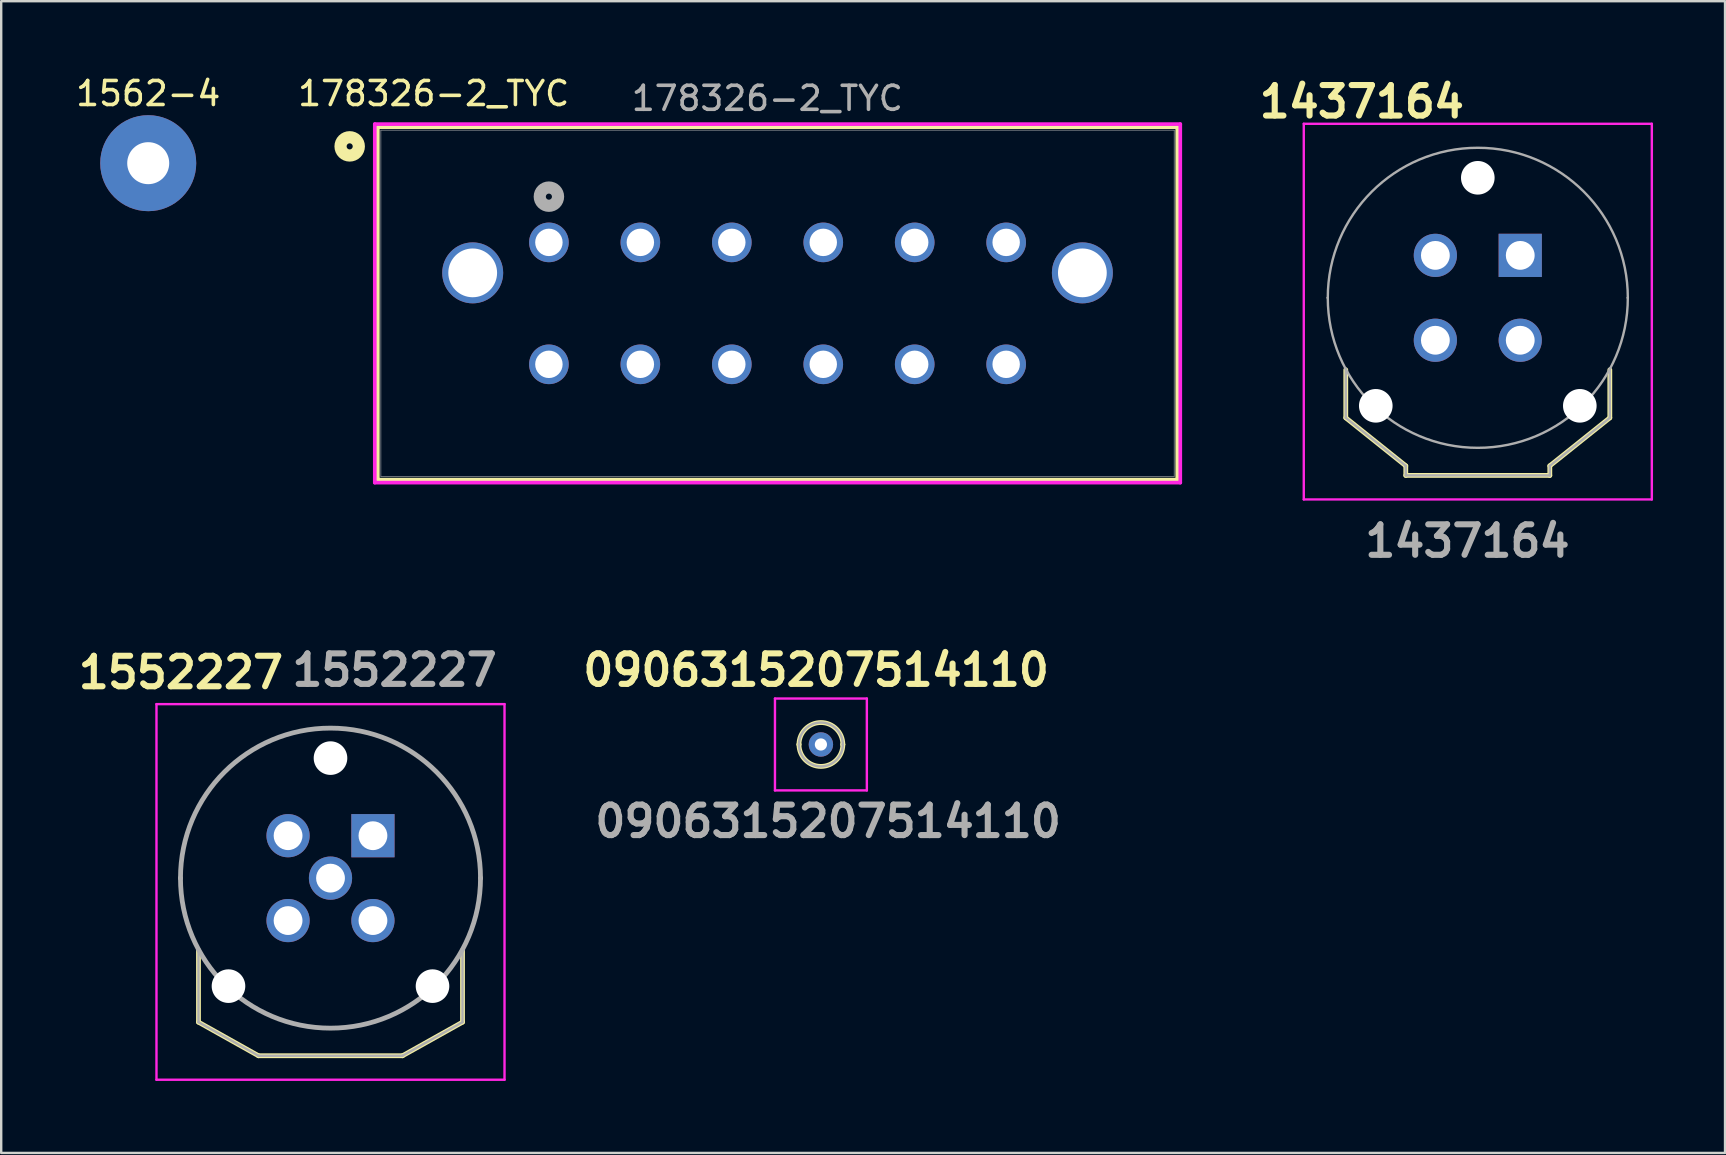
<source format=kicad_pcb>
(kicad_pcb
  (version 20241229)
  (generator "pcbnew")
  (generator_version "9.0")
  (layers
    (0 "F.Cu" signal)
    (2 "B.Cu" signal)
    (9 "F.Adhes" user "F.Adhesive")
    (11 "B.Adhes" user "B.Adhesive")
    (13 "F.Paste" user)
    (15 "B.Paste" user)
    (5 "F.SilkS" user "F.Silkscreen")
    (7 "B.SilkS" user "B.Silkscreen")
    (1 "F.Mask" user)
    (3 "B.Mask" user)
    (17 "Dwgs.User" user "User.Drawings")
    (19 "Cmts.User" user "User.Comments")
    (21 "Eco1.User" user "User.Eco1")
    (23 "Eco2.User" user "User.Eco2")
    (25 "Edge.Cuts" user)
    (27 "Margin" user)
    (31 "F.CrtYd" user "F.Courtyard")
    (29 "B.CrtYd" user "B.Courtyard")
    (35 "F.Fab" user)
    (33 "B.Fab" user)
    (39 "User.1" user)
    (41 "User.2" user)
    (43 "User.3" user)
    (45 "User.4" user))
  (footprint "0906315207514110"
    (layer "F.Cu")
    (at 31.15 27.966)
    (property "Reference" "0906315207514110" (at -0.2 -3.1 0) (layer "F.SilkS") (effects (font (size 1.27 1.27) (thickness 0.254))))
    (attr through_hole)
    (fp_line (start -0.914 0) (end -0.914 0) (stroke (width 0.2) (type solid)) (layer "F.SilkS"))
    (fp_line (start 0.914 0) (end 0.914 0) (stroke (width 0.2) (type solid)) (layer "F.SilkS"))
    (fp_arc (start -0.914 0) (mid 0 -0.914) (end 0.914 0) (stroke (width 0.2) (type solid)) (layer "F.SilkS"))
    (fp_arc (start 0.914 0) (mid 0 0.914) (end -0.914 0) (stroke (width 0.2) (type solid)) (layer "F.SilkS"))
    (fp_line (start -1.914 -1.914) (end 1.914 -1.914) (stroke (width 0.1) (type solid)) (layer "F.CrtYd"))
    (fp_line (start -1.914 1.914) (end -1.914 -1.914) (stroke (width 0.1) (type solid)) (layer "F.CrtYd"))
    (fp_line (start 1.914 -1.914) (end 1.914 1.914) (stroke (width 0.1) (type solid)) (layer "F.CrtYd"))
    (fp_line (start 1.914 1.914) (end -1.914 1.914) (stroke (width 0.1) (type solid)) (layer "F.CrtYd"))
    (fp_line (start -0.914 0) (end -0.914 0) (stroke (width 0.1) (type solid)) (layer "F.Fab"))
    (fp_line (start 0.914 0) (end 0.914 0) (stroke (width 0.1) (type solid)) (layer "F.Fab"))
    (fp_arc (start -0.914 0) (mid 0 -0.914) (end 0.914 0) (stroke (width 0.1) (type solid)) (layer "F.Fab"))
    (fp_arc (start 0.914 0) (mid 0 0.914) (end -0.914 0) (stroke (width 0.1) (type solid)) (layer "F.Fab"))
    (fp_text user "${REFERENCE}" (at 0.3 3.2 0) (layer "F.Fab") (effects (font (size 1.27 1.27) (thickness 0.254))))
    (pad "1" thru_hole circle (at 0 0) (size 1.016 1.016) (drill 0.508) (layers "*.Cu" "*.Mask")))
  (footprint "1562-4"
    (layer "F.Cu")
    (at 3.125 3.748)
    (property "Reference" "1562-4" (at 0 -2.9 0) (unlocked yes) (layer "F.SilkS") (effects (font (size 1 1) (thickness 0.15))))
    (attr through_hole)
    (pad "1" thru_hole circle (at 0 0) (size 4 4) (drill 1.75) (layers "*.Cu" "*.Mask")))
  (footprint "178326-2_TYC"
    (layer "F.Cu")
    (at 19.818 7.048)
    (property "Reference" "178326-2_TYC" (at -4.8 -6.2 0) (unlocked yes) (layer "F.SilkS") (effects (font (size 1 1) (thickness 0.15))))
    (attr through_hole)
    (fp_line (start -7.127 -4.801) (end -7.127 9.883) (stroke (width 0.152) (type solid)) (layer "F.SilkS"))
    (fp_line (start -7.127 9.883) (end 26.177 9.883) (stroke (width 0.152) (type solid)) (layer "F.SilkS"))
    (fp_line (start 26.177 -4.801) (end -7.127 -4.801) (stroke (width 0.152) (type solid)) (layer "F.SilkS"))
    (fp_line (start 26.177 9.883) (end 26.177 -4.801) (stroke (width 0.152) (type solid)) (layer "F.SilkS"))
    (fp_circle (center -8.3 -4) (end -7.919 -4) (stroke (width 0.508) (type solid)) (fill no) (layer "F.SilkS"))
    (fp_line (start -7.254 -4.928) (end -7.254 10.01) (stroke (width 0.152) (type solid)) (layer "F.CrtYd"))
    (fp_line (start -7.254 10.01) (end 26.304 10.01) (stroke (width 0.152) (type solid)) (layer "F.CrtYd"))
    (fp_line (start 26.304 -4.928) (end -7.254 -4.928) (stroke (width 0.152) (type solid)) (layer "F.CrtYd"))
    (fp_line (start 26.304 10.01) (end 26.304 -4.928) (stroke (width 0.152) (type solid)) (layer "F.CrtYd"))
    (fp_line (start -7 -4.674) (end -7 9.756) (stroke (width 0.025) (type solid)) (layer "F.Fab"))
    (fp_line (start -7 9.756) (end 26.05 9.756) (stroke (width 0.025) (type solid)) (layer "F.Fab"))
    (fp_line (start 26.05 -4.674) (end -7 -4.674) (stroke (width 0.025) (type solid)) (layer "F.Fab"))
    (fp_line (start 26.05 9.756) (end 26.05 -4.674) (stroke (width 0.025) (type solid)) (layer "F.Fab"))
    (fp_circle (center 0 -1.905) (end 0.381 -1.905) (stroke (width 0.508) (type solid)) (fill no) (layer "F.Fab"))
    (fp_text user "${REFERENCE}" (at 9.1 -6 0) (unlocked yes) (layer "F.Fab") (effects (font (size 1 1) (thickness 0.15))))
    (pad "1" thru_hole circle (at 0 0) (size 1.651 1.651) (drill 1.143) (layers "*.Cu" "*.Mask"))
    (pad "2" thru_hole circle (at 3.81 0) (size 1.651 1.651) (drill 1.143) (layers "*.Cu" "*.Mask"))
    (pad "3" thru_hole circle (at 7.62 0) (size 1.651 1.651) (drill 1.143) (layers "*.Cu" "*.Mask"))
    (pad "4" thru_hole circle (at 11.43 0) (size 1.651 1.651) (drill 1.143) (layers "*.Cu" "*.Mask"))
    (pad "5" thru_hole circle (at 15.24 0) (size 1.651 1.651) (drill 1.143) (layers "*.Cu" "*.Mask"))
    (pad "6" thru_hole circle (at 19.05 0) (size 1.651 1.651) (drill 1.143) (layers "*.Cu" "*.Mask"))
    (pad "7" thru_hole circle (at 19.05 5.08) (size 1.651 1.651) (drill 1.143) (layers "*.Cu" "*.Mask"))
    (pad "8" thru_hole circle (at 15.24 5.08) (size 1.651 1.651) (drill 1.143) (layers "*.Cu" "*.Mask"))
    (pad "9" thru_hole circle (at 11.43 5.08) (size 1.651 1.651) (drill 1.143) (layers "*.Cu" "*.Mask"))
    (pad "10" thru_hole circle (at 7.62 5.08) (size 1.651 1.651) (drill 1.143) (layers "*.Cu" "*.Mask"))
    (pad "11" thru_hole circle (at 3.81 5.08) (size 1.651 1.651) (drill 1.143) (layers "*.Cu" "*.Mask"))
    (pad "12" thru_hole circle (at 0 5.08) (size 1.651 1.651) (drill 1.143) (layers "*.Cu" "*.Mask"))
    (pad "MP" thru_hole circle (at -3.175 1.27) (size 2.54 2.54) (drill 2.032) (layers "*.Cu" "*.Mask"))
    (pad "MP" thru_hole circle (at 22.225 1.27) (size 2.54 2.54) (drill 2.032) (layers "*.Cu" "*.Mask")))
  (footprint "1552227"
    (layer "F.Cu")
    (at 12.487 31.766)
    (property "Reference" "1552227" (at -8 -6.8 0) (layer "F.SilkS") (effects (font (size 1.27 1.27) (thickness 0.254))))
    (attr through_hole)
    (fp_line (start -7.268 4.768) (end -7.268 7.768) (stroke (width 0.2) (type solid)) (layer "F.SilkS"))
    (fp_line (start -7.268 7.768) (end -4.768 9.168) (stroke (width 0.2) (type solid)) (layer "F.SilkS"))
    (fp_line (start -4.768 9.168) (end 1.232 9.168) (stroke (width 0.2) (type solid)) (layer "F.SilkS"))
    (fp_line (start 1.232 9.168) (end 3.732 7.768) (stroke (width 0.2) (type solid)) (layer "F.SilkS"))
    (fp_line (start 3.732 7.768) (end 3.732 4.768) (stroke (width 0.2) (type solid)) (layer "F.SilkS"))
    (fp_line (start -9.018 -5.482) (end 5.482 -5.482) (stroke (width 0.1) (type solid)) (layer "F.CrtYd"))
    (fp_line (start -9.018 10.168) (end -9.018 -5.482) (stroke (width 0.1) (type solid)) (layer "F.CrtYd"))
    (fp_line (start 5.482 -5.482) (end 5.482 10.168) (stroke (width 0.1) (type solid)) (layer "F.CrtYd"))
    (fp_line (start 5.482 10.168) (end -9.018 10.168) (stroke (width 0.1) (type solid)) (layer "F.CrtYd"))
    (fp_line (start -8.018 1.768) (end -8.018 1.768) (stroke (width 0.2) (type solid)) (layer "F.Fab"))
    (fp_line (start -7.268 4.768) (end -7.268 7.768) (stroke (width 0.1) (type solid)) (layer "F.Fab"))
    (fp_line (start -7.268 7.768) (end -4.768 9.168) (stroke (width 0.1) (type solid)) (layer "F.Fab"))
    (fp_line (start -4.768 9.168) (end 1.232 9.168) (stroke (width 0.1) (type solid)) (layer "F.Fab"))
    (fp_line (start 1.232 9.168) (end 3.732 7.768) (stroke (width 0.1) (type solid)) (layer "F.Fab"))
    (fp_line (start 3.732 7.768) (end 3.732 4.768) (stroke (width 0.1) (type solid)) (layer "F.Fab"))
    (fp_line (start 4.482 1.768) (end 4.482 1.768) (stroke (width 0.2) (type solid)) (layer "F.Fab"))
    (fp_arc (start -8.018 1.768) (mid -1.768 -4.482) (end 4.482 1.768) (stroke (width 0.2) (type solid)) (layer "F.Fab"))
    (fp_arc (start 4.482 1.768) (mid -1.768 8.018) (end -8.018 1.768) (stroke (width 0.2) (type solid)) (layer "F.Fab"))
    (fp_text user "${REFERENCE}" (at 0.9 -6.9 0) (layer "F.Fab") (effects (font (size 1.27 1.27) (thickness 0.254))))
    (pad "" np_thru_hole circle (at -6.018 6.268) (size 1.4 1.4) (drill 1.4) (layers "*.Cu" "*.Mask"))
    (pad "" np_thru_hole circle (at -1.768 -3.232) (size 1.4 1.4) (drill 1.4) (layers "*.Cu" "*.Mask"))
    (pad "" np_thru_hole circle (at 2.482 6.268) (size 1.4 1.4) (drill 1.4) (layers "*.Cu" "*.Mask"))
    (pad "1" thru_hole rect (at 0 0) (size 1.8 1.8) (drill 1.2) (layers "*.Cu" "*.Mask"))
    (pad "2" thru_hole circle (at -3.536 0) (size 1.8 1.8) (drill 1.2) (layers "*.Cu" "*.Mask"))
    (pad "3" thru_hole circle (at -3.536 3.536) (size 1.8 1.8) (drill 1.2) (layers "*.Cu" "*.Mask"))
    (pad "4" thru_hole circle (at 0 3.536) (size 1.8 1.8) (drill 1.2) (layers "*.Cu" "*.Mask"))
    (pad "5" thru_hole circle (at -1.768 1.768) (size 1.8 1.8) (drill 1.2) (layers "*.Cu" "*.Mask")))
  (footprint "1437164"
    (layer "F.Cu")
    (at 60.285 7.589)
    (property "Reference" "1437164" (at -6.6 -6.4 0) (layer "F.SilkS") (effects (font (size 1.27 1.27) (thickness 0.254))))
    (attr through_hole)
    (fp_line (start -7.268 4.768) (end -7.268 6.768) (stroke (width 0.2) (type solid)) (layer "F.SilkS"))
    (fp_line (start -7.268 6.768) (end -4.768 8.768) (stroke (width 0.2) (type solid)) (layer "F.SilkS"))
    (fp_line (start -4.768 8.768) (end -4.768 9.168) (stroke (width 0.2) (type solid)) (layer "F.SilkS"))
    (fp_line (start -4.768 9.168) (end 1.232 9.168) (stroke (width 0.2) (type solid)) (layer "F.SilkS"))
    (fp_line (start 1.232 8.768) (end 3.732 6.768) (stroke (width 0.2) (type solid)) (layer "F.SilkS"))
    (fp_line (start 1.232 9.168) (end 1.232 8.768) (stroke (width 0.2) (type solid)) (layer "F.SilkS"))
    (fp_line (start 3.732 6.768) (end 3.732 4.768) (stroke (width 0.2) (type solid)) (layer "F.SilkS"))
    (fp_line (start -9.018 -5.482) (end 5.482 -5.482) (stroke (width 0.1) (type solid)) (layer "F.CrtYd"))
    (fp_line (start -9.018 10.168) (end -9.018 -5.482) (stroke (width 0.1) (type solid)) (layer "F.CrtYd"))
    (fp_line (start 5.482 -5.482) (end 5.482 10.168) (stroke (width 0.1) (type solid)) (layer "F.CrtYd"))
    (fp_line (start 5.482 10.168) (end -9.018 10.168) (stroke (width 0.1) (type solid)) (layer "F.CrtYd"))
    (fp_line (start -8.018 1.768) (end -8.018 1.768) (stroke (width 0.1) (type solid)) (layer "F.Fab"))
    (fp_line (start -7.268 4.718) (end -7.268 6.768) (stroke (width 0.1) (type solid)) (layer "F.Fab"))
    (fp_line (start -7.268 6.768) (end -4.768 8.768) (stroke (width 0.1) (type solid)) (layer "F.Fab"))
    (fp_line (start -4.768 8.768) (end -4.768 9.168) (stroke (width 0.1) (type solid)) (layer "F.Fab"))
    (fp_line (start -4.768 9.168) (end 1.232 9.168) (stroke (width 0.1) (type solid)) (layer "F.Fab"))
    (fp_line (start 1.232 8.768) (end 3.732 6.768) (stroke (width 0.1) (type solid)) (layer "F.Fab"))
    (fp_line (start 1.232 9.168) (end 1.232 8.768) (stroke (width 0.1) (type solid)) (layer "F.Fab"))
    (fp_line (start 3.732 4.718) (end 3.732 4.718) (stroke (width 0.1) (type solid)) (layer "F.Fab"))
    (fp_line (start 3.732 6.768) (end 3.732 4.718) (stroke (width 0.1) (type solid)) (layer "F.Fab"))
    (fp_line (start 4.482 1.768) (end 4.482 1.768) (stroke (width 0.1) (type solid)) (layer "F.Fab"))
    (fp_arc (start -8.018 1.768) (mid -1.768 -4.482) (end 4.482 1.768) (stroke (width 0.1) (type solid)) (layer "F.Fab"))
    (fp_arc (start 4.482 1.768) (mid -1.768 8.018) (end -8.018 1.768) (stroke (width 0.1) (type solid)) (layer "F.Fab"))
    (fp_text user "${REFERENCE}" (at -2.2 11.9 0) (layer "F.Fab") (effects (font (size 1.27 1.27) (thickness 0.254))))
    (pad "" np_thru_hole circle (at -6.018 6.268) (size 1.4 1.4) (drill 1.4) (layers "*.Cu" "*.Mask"))
    (pad "" np_thru_hole circle (at -1.768 -3.232) (size 1.4 1.4) (drill 1.4) (layers "*.Cu" "*.Mask"))
    (pad "" np_thru_hole circle (at 2.482 6.268) (size 1.4 1.4) (drill 1.4) (layers "*.Cu" "*.Mask"))
    (pad "1" thru_hole rect (at 0 0) (size 1.8 1.8) (drill 1.2) (layers "*.Cu" "*.Mask"))
    (pad "2" thru_hole circle (at -3.536 0) (size 1.8 1.8) (drill 1.2) (layers "*.Cu" "*.Mask"))
    (pad "3" thru_hole circle (at -3.536 3.536) (size 1.8 1.8) (drill 1.2) (layers "*.Cu" "*.Mask"))
    (pad "4" thru_hole circle (at 0 3.536) (size 1.8 1.8) (drill 1.2) (layers "*.Cu" "*.Mask")))
  (gr_rect
    (start -3 -3)
    (end 68.817 44.984)
    (stroke (width 0.1) (type default))
    (fill no)
    (layer "Edge.Cuts")))
</source>
